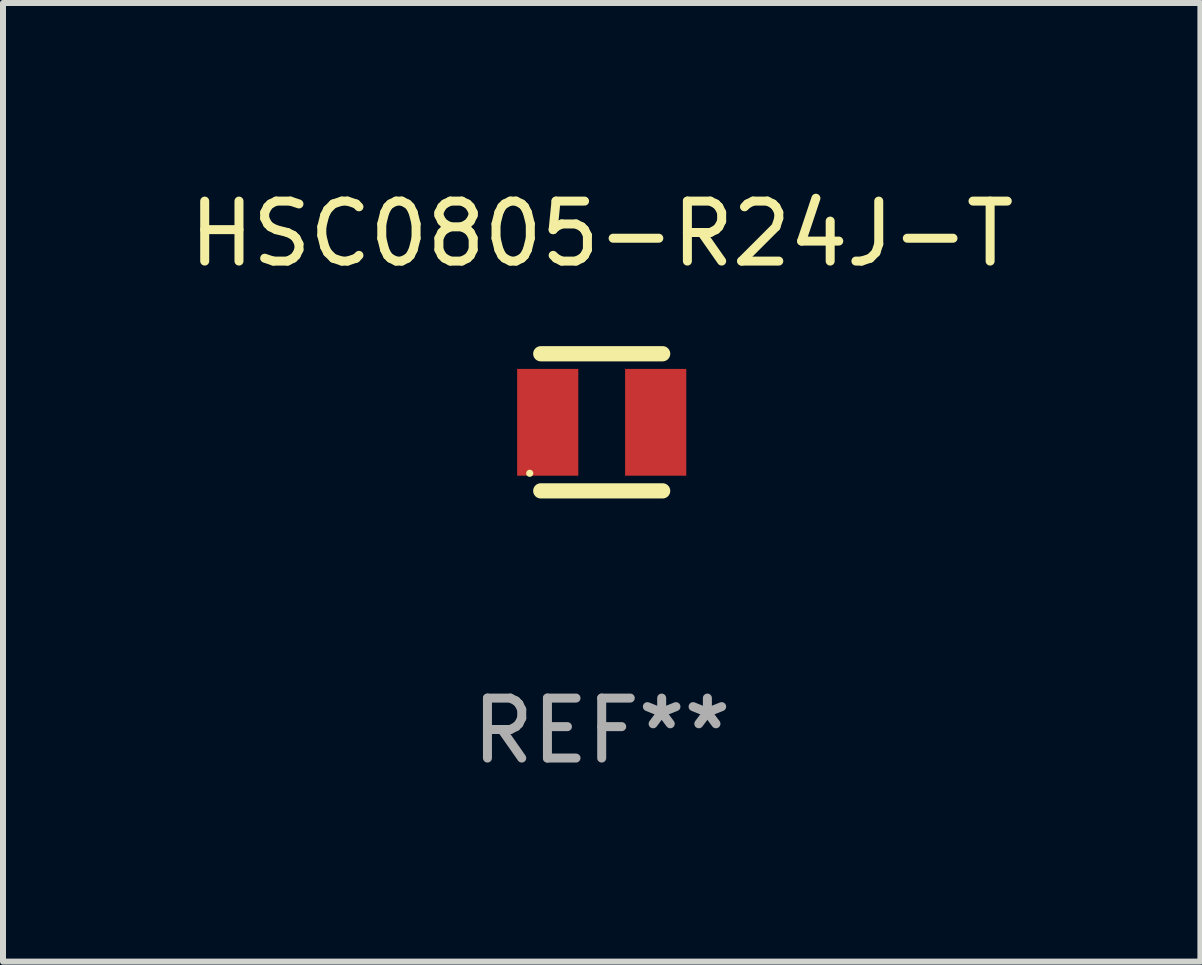
<source format=kicad_pcb>
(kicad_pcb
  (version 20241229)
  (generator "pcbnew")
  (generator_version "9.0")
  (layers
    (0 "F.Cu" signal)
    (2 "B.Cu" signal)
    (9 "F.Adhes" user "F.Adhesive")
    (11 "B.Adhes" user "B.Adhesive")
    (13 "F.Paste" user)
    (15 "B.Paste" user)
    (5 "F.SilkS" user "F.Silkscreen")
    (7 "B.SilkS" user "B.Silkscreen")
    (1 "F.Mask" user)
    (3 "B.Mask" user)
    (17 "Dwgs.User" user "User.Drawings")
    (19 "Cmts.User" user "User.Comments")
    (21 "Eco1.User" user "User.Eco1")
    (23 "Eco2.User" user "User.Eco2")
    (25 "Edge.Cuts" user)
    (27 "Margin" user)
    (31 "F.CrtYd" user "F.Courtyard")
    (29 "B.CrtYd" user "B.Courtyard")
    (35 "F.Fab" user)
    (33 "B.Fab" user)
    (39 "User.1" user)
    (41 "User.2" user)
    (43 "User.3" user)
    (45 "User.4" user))
  (footprint "HSC0805-R24J-T"
    (layer "F.Cu")
    (at 6.982 3.991)
    (property "Reference" "HSC0805-R24J-T" (at 0 -3.143 0) (layer "F.SilkS") (effects (font (size 1 1) (thickness 0.15))))
    (attr through_hole)
    (fp_line (start -1.016 -1.143) (end 1.016 -1.143) (stroke (width 0.254) (type solid)) (layer "F.SilkS"))
    (fp_line (start -1.016 1.143) (end 1.016 1.143) (stroke (width 0.254) (type solid)) (layer "F.SilkS"))
    (fp_circle (center -1.2 0.85) (end -1.17 0.85) (stroke (width 0.06) (type solid)) (fill no) (layer "F.SilkS"))
    (fp_text user "REF**" (at 0 5.143 0) (layer "F.Fab") (effects (font (size 1 1) (thickness 0.15))))
    (pad "1" smd rect (at -0.9 0) (size 1.02 1.78) (layers "F.Cu" "F.Mask" "F.Paste"))
    (pad "2" smd rect (at 0.9 0) (size 1.02 1.78) (layers "F.Cu" "F.Mask" "F.Paste")))
  (gr_rect
    (start -3 -3)
    (end 16.964 12.983)
    (stroke (width 0.1) (type default))
    (fill no)
    (layer "Edge.Cuts")))
</source>
